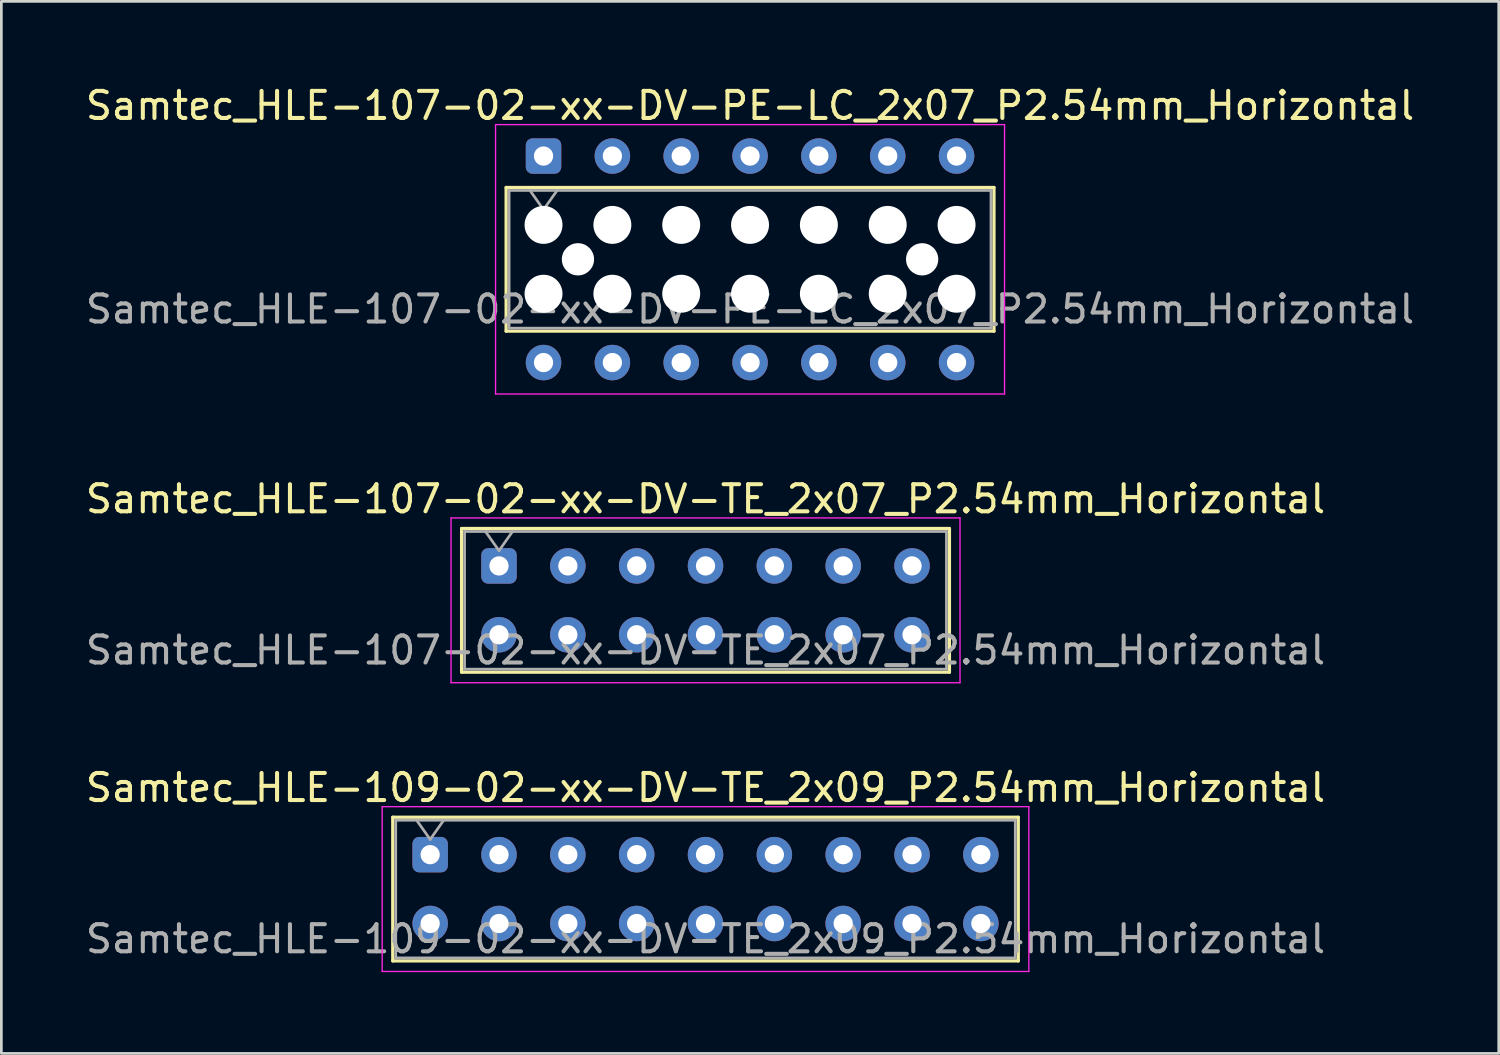
<source format=kicad_pcb>
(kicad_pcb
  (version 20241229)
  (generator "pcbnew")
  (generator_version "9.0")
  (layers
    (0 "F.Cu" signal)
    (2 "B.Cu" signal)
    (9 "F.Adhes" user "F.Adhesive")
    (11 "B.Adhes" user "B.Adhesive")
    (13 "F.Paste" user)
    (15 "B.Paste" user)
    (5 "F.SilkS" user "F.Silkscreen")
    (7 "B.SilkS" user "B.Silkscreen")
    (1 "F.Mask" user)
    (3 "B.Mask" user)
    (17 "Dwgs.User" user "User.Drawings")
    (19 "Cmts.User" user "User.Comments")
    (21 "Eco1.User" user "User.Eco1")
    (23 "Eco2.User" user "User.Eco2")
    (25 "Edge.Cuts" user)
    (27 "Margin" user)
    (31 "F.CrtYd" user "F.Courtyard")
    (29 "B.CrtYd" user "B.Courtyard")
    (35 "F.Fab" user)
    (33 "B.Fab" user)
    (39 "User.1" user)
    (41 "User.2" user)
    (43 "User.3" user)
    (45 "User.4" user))
  (footprint "Samtec_HLE-107-02-xx-DV-TE_2x07_P2.54mm_Horizontal"
    (layer "F.Cu")
    (at 15.362 17.831)
    (property "Reference" "Samtec_HLE-107-02-xx-DV-TE_2x07_P2.54mm_Horizontal" (at 7.62 -2.47 0) (layer "F.SilkS") (effects (font (size 1 1) (thickness 0.15))))
    (attr through_hole)
    (fp_line (start -1.38 -1.38) (end 16.62 -1.38) (stroke (width 0.12) (type solid)) (layer "F.SilkS"))
    (fp_line (start -1.38 3.92) (end -1.38 -1.38) (stroke (width 0.12) (type solid)) (layer "F.SilkS"))
    (fp_line (start 16.62 -1.38) (end 16.62 3.92) (stroke (width 0.12) (type solid)) (layer "F.SilkS"))
    (fp_line (start 16.62 3.92) (end -1.38 3.92) (stroke (width 0.12) (type solid)) (layer "F.SilkS"))
    (fp_line (start -1.77 -1.77) (end 17.01 -1.77) (stroke (width 0.05) (type solid)) (layer "F.CrtYd"))
    (fp_line (start -1.77 4.31) (end -1.77 -1.77) (stroke (width 0.05) (type solid)) (layer "F.CrtYd"))
    (fp_line (start 17.01 -1.77) (end 17.01 4.31) (stroke (width 0.05) (type solid)) (layer "F.CrtYd"))
    (fp_line (start 17.01 4.31) (end -1.77 4.31) (stroke (width 0.05) (type solid)) (layer "F.CrtYd"))
    (fp_line (start -1.27 -1.27) (end 16.51 -1.27) (stroke (width 0.1) (type solid)) (layer "F.Fab"))
    (fp_line (start -1.27 3.81) (end -1.27 -1.27) (stroke (width 0.1) (type solid)) (layer "F.Fab"))
    (fp_line (start -0.5 -1.27) (end 0 -0.563) (stroke (width 0.1) (type solid)) (layer "F.Fab"))
    (fp_line (start 0 -0.563) (end 0.5 -1.27) (stroke (width 0.1) (type solid)) (layer "F.Fab"))
    (fp_line (start 16.51 -1.27) (end 16.51 3.81) (stroke (width 0.1) (type solid)) (layer "F.Fab"))
    (fp_line (start 16.51 3.81) (end -1.27 3.81) (stroke (width 0.1) (type solid)) (layer "F.Fab"))
    (fp_text user "${REFERENCE}" (at 7.62 3.11 0) (layer "F.Fab") (effects (font (size 1 1) (thickness 0.15))))
    (pad "1" thru_hole roundrect (at 0 0) (size 1.31 1.31) (drill 0.71) (layers "*.Cu" "*.Mask") (roundrect_rratio 0.191))
    (pad "2" thru_hole circle (at 0 2.54) (size 1.31 1.31) (drill 0.71) (layers "*.Cu" "*.Mask"))
    (pad "3" thru_hole circle (at 2.54 0) (size 1.31 1.31) (drill 0.71) (layers "*.Cu" "*.Mask"))
    (pad "4" thru_hole circle (at 2.54 2.54) (size 1.31 1.31) (drill 0.71) (layers "*.Cu" "*.Mask"))
    (pad "5" thru_hole circle (at 5.08 0) (size 1.31 1.31) (drill 0.71) (layers "*.Cu" "*.Mask"))
    (pad "6" thru_hole circle (at 5.08 2.54) (size 1.31 1.31) (drill 0.71) (layers "*.Cu" "*.Mask"))
    (pad "7" thru_hole circle (at 7.62 0) (size 1.31 1.31) (drill 0.71) (layers "*.Cu" "*.Mask"))
    (pad "8" thru_hole circle (at 7.62 2.54) (size 1.31 1.31) (drill 0.71) (layers "*.Cu" "*.Mask"))
    (pad "9" thru_hole circle (at 10.16 0) (size 1.31 1.31) (drill 0.71) (layers "*.Cu" "*.Mask"))
    (pad "10" thru_hole circle (at 10.16 2.54) (size 1.31 1.31) (drill 0.71) (layers "*.Cu" "*.Mask"))
    (pad "11" thru_hole circle (at 12.7 0) (size 1.31 1.31) (drill 0.71) (layers "*.Cu" "*.Mask"))
    (pad "12" thru_hole circle (at 12.7 2.54) (size 1.31 1.31) (drill 0.71) (layers "*.Cu" "*.Mask"))
    (pad "13" thru_hole circle (at 15.24 0) (size 1.31 1.31) (drill 0.71) (layers "*.Cu" "*.Mask"))
    (pad "14" thru_hole circle (at 15.24 2.54) (size 1.31 1.31) (drill 0.71) (layers "*.Cu" "*.Mask")))
  (footprint "Samtec_HLE-109-02-xx-DV-TE_2x09_P2.54mm_Horizontal"
    (layer "F.Cu")
    (at 12.822 28.485)
    (property "Reference" "Samtec_HLE-109-02-xx-DV-TE_2x09_P2.54mm_Horizontal" (at 10.16 -2.47 0) (layer "F.SilkS") (effects (font (size 1 1) (thickness 0.15))))
    (attr through_hole)
    (fp_line (start -1.38 -1.38) (end 21.7 -1.38) (stroke (width 0.12) (type solid)) (layer "F.SilkS"))
    (fp_line (start -1.38 3.92) (end -1.38 -1.38) (stroke (width 0.12) (type solid)) (layer "F.SilkS"))
    (fp_line (start 21.7 -1.38) (end 21.7 3.92) (stroke (width 0.12) (type solid)) (layer "F.SilkS"))
    (fp_line (start 21.7 3.92) (end -1.38 3.92) (stroke (width 0.12) (type solid)) (layer "F.SilkS"))
    (fp_line (start -1.77 -1.77) (end 22.09 -1.77) (stroke (width 0.05) (type solid)) (layer "F.CrtYd"))
    (fp_line (start -1.77 4.31) (end -1.77 -1.77) (stroke (width 0.05) (type solid)) (layer "F.CrtYd"))
    (fp_line (start 22.09 -1.77) (end 22.09 4.31) (stroke (width 0.05) (type solid)) (layer "F.CrtYd"))
    (fp_line (start 22.09 4.31) (end -1.77 4.31) (stroke (width 0.05) (type solid)) (layer "F.CrtYd"))
    (fp_line (start -1.27 -1.27) (end 21.59 -1.27) (stroke (width 0.1) (type solid)) (layer "F.Fab"))
    (fp_line (start -1.27 3.81) (end -1.27 -1.27) (stroke (width 0.1) (type solid)) (layer "F.Fab"))
    (fp_line (start -0.5 -1.27) (end 0 -0.563) (stroke (width 0.1) (type solid)) (layer "F.Fab"))
    (fp_line (start 0 -0.563) (end 0.5 -1.27) (stroke (width 0.1) (type solid)) (layer "F.Fab"))
    (fp_line (start 21.59 -1.27) (end 21.59 3.81) (stroke (width 0.1) (type solid)) (layer "F.Fab"))
    (fp_line (start 21.59 3.81) (end -1.27 3.81) (stroke (width 0.1) (type solid)) (layer "F.Fab"))
    (fp_text user "${REFERENCE}" (at 10.16 3.11 0) (layer "F.Fab") (effects (font (size 1 1) (thickness 0.15))))
    (pad "1" thru_hole roundrect (at 0 0) (size 1.31 1.31) (drill 0.71) (layers "*.Cu" "*.Mask") (roundrect_rratio 0.191))
    (pad "2" thru_hole circle (at 0 2.54) (size 1.31 1.31) (drill 0.71) (layers "*.Cu" "*.Mask"))
    (pad "3" thru_hole circle (at 2.54 0) (size 1.31 1.31) (drill 0.71) (layers "*.Cu" "*.Mask"))
    (pad "4" thru_hole circle (at 2.54 2.54) (size 1.31 1.31) (drill 0.71) (layers "*.Cu" "*.Mask"))
    (pad "5" thru_hole circle (at 5.08 0) (size 1.31 1.31) (drill 0.71) (layers "*.Cu" "*.Mask"))
    (pad "6" thru_hole circle (at 5.08 2.54) (size 1.31 1.31) (drill 0.71) (layers "*.Cu" "*.Mask"))
    (pad "7" thru_hole circle (at 7.62 0) (size 1.31 1.31) (drill 0.71) (layers "*.Cu" "*.Mask"))
    (pad "8" thru_hole circle (at 7.62 2.54) (size 1.31 1.31) (drill 0.71) (layers "*.Cu" "*.Mask"))
    (pad "9" thru_hole circle (at 10.16 0) (size 1.31 1.31) (drill 0.71) (layers "*.Cu" "*.Mask"))
    (pad "10" thru_hole circle (at 10.16 2.54) (size 1.31 1.31) (drill 0.71) (layers "*.Cu" "*.Mask"))
    (pad "11" thru_hole circle (at 12.7 0) (size 1.31 1.31) (drill 0.71) (layers "*.Cu" "*.Mask"))
    (pad "12" thru_hole circle (at 12.7 2.54) (size 1.31 1.31) (drill 0.71) (layers "*.Cu" "*.Mask"))
    (pad "13" thru_hole circle (at 15.24 0) (size 1.31 1.31) (drill 0.71) (layers "*.Cu" "*.Mask"))
    (pad "14" thru_hole circle (at 15.24 2.54) (size 1.31 1.31) (drill 0.71) (layers "*.Cu" "*.Mask"))
    (pad "15" thru_hole circle (at 17.78 0) (size 1.31 1.31) (drill 0.71) (layers "*.Cu" "*.Mask"))
    (pad "16" thru_hole circle (at 17.78 2.54) (size 1.31 1.31) (drill 0.71) (layers "*.Cu" "*.Mask"))
    (pad "17" thru_hole circle (at 20.32 0) (size 1.31 1.31) (drill 0.71) (layers "*.Cu" "*.Mask"))
    (pad "18" thru_hole circle (at 20.32 2.54) (size 1.31 1.31) (drill 0.71) (layers "*.Cu" "*.Mask")))
  (footprint "Samtec_HLE-107-02-xx-DV-PE-LC_2x07_P2.54mm_Horizontal"
    (layer "F.Cu")
    (at 17.005 2.708)
    (property "Reference" "Samtec_HLE-107-02-xx-DV-PE-LC_2x07_P2.54mm_Horizontal" (at 7.62 -1.86 0) (layer "F.SilkS") (effects (font (size 1 1) (thickness 0.15))))
    (attr through_hole)
    (fp_line (start -1.38 1.16) (end 16.62 1.16) (stroke (width 0.12) (type solid)) (layer "F.SilkS"))
    (fp_line (start -1.38 6.46) (end -1.38 1.16) (stroke (width 0.12) (type solid)) (layer "F.SilkS"))
    (fp_line (start 16.62 1.16) (end 16.62 6.46) (stroke (width 0.12) (type solid)) (layer "F.SilkS"))
    (fp_line (start 16.62 6.46) (end -1.38 6.46) (stroke (width 0.12) (type solid)) (layer "F.SilkS"))
    (fp_line (start -1.77 -1.16) (end 17.01 -1.16) (stroke (width 0.05) (type solid)) (layer "F.CrtYd"))
    (fp_line (start -1.77 8.78) (end -1.77 -1.16) (stroke (width 0.05) (type solid)) (layer "F.CrtYd"))
    (fp_line (start 17.01 -1.16) (end 17.01 8.78) (stroke (width 0.05) (type solid)) (layer "F.CrtYd"))
    (fp_line (start 17.01 8.78) (end -1.77 8.78) (stroke (width 0.05) (type solid)) (layer "F.CrtYd"))
    (fp_line (start -1.27 1.27) (end 16.51 1.27) (stroke (width 0.1) (type solid)) (layer "F.Fab"))
    (fp_line (start -1.27 6.35) (end -1.27 1.27) (stroke (width 0.1) (type solid)) (layer "F.Fab"))
    (fp_line (start -0.5 1.27) (end 0 1.977) (stroke (width 0.1) (type solid)) (layer "F.Fab"))
    (fp_line (start 0 1.977) (end 0.5 1.27) (stroke (width 0.1) (type solid)) (layer "F.Fab"))
    (fp_line (start 16.51 1.27) (end 16.51 6.35) (stroke (width 0.1) (type solid)) (layer "F.Fab"))
    (fp_line (start 16.51 6.35) (end -1.27 6.35) (stroke (width 0.1) (type solid)) (layer "F.Fab"))
    (fp_text user "${REFERENCE}" (at 7.62 5.65 0) (layer "F.Fab") (effects (font (size 1 1) (thickness 0.15))))
    (pad "" np_thru_hole circle (at 0 2.54) (size 1.4 1.4) (drill 1.4) (layers "*.Cu" "*.Mask"))
    (pad "" np_thru_hole circle (at 0 5.08) (size 1.4 1.4) (drill 1.4) (layers "*.Cu" "*.Mask"))
    (pad "" np_thru_hole circle (at 1.27 3.81) (size 1.19 1.19) (drill 1.19) (layers "*.Cu" "*.Mask"))
    (pad "" np_thru_hole circle (at 2.54 2.54) (size 1.4 1.4) (drill 1.4) (layers "*.Cu" "*.Mask"))
    (pad "" np_thru_hole circle (at 2.54 5.08) (size 1.4 1.4) (drill 1.4) (layers "*.Cu" "*.Mask"))
    (pad "" np_thru_hole circle (at 5.08 2.54) (size 1.4 1.4) (drill 1.4) (layers "*.Cu" "*.Mask"))
    (pad "" np_thru_hole circle (at 5.08 5.08) (size 1.4 1.4) (drill 1.4) (layers "*.Cu" "*.Mask"))
    (pad "" np_thru_hole circle (at 7.62 2.54) (size 1.4 1.4) (drill 1.4) (layers "*.Cu" "*.Mask"))
    (pad "" np_thru_hole circle (at 7.62 5.08) (size 1.4 1.4) (drill 1.4) (layers "*.Cu" "*.Mask"))
    (pad "" np_thru_hole circle (at 10.16 2.54) (size 1.4 1.4) (drill 1.4) (layers "*.Cu" "*.Mask"))
    (pad "" np_thru_hole circle (at 10.16 5.08) (size 1.4 1.4) (drill 1.4) (layers "*.Cu" "*.Mask"))
    (pad "" np_thru_hole circle (at 12.7 2.54) (size 1.4 1.4) (drill 1.4) (layers "*.Cu" "*.Mask"))
    (pad "" np_thru_hole circle (at 12.7 5.08) (size 1.4 1.4) (drill 1.4) (layers "*.Cu" "*.Mask"))
    (pad "" np_thru_hole circle (at 13.97 3.81) (size 1.19 1.19) (drill 1.19) (layers "*.Cu" "*.Mask"))
    (pad "" np_thru_hole circle (at 15.24 2.54) (size 1.4 1.4) (drill 1.4) (layers "*.Cu" "*.Mask"))
    (pad "" np_thru_hole circle (at 15.24 5.08) (size 1.4 1.4) (drill 1.4) (layers "*.Cu" "*.Mask"))
    (pad "1" thru_hole roundrect (at 0 0) (size 1.31 1.31) (drill 0.71) (layers "*.Cu" "*.Mask") (roundrect_rratio 0.191))
    (pad "2" thru_hole circle (at 0 7.62) (size 1.31 1.31) (drill 0.71) (layers "*.Cu" "*.Mask"))
    (pad "3" thru_hole circle (at 2.54 0) (size 1.31 1.31) (drill 0.71) (layers "*.Cu" "*.Mask"))
    (pad "4" thru_hole circle (at 2.54 7.62) (size 1.31 1.31) (drill 0.71) (layers "*.Cu" "*.Mask"))
    (pad "5" thru_hole circle (at 5.08 0) (size 1.31 1.31) (drill 0.71) (layers "*.Cu" "*.Mask"))
    (pad "6" thru_hole circle (at 5.08 7.62) (size 1.31 1.31) (drill 0.71) (layers "*.Cu" "*.Mask"))
    (pad "7" thru_hole circle (at 7.62 0) (size 1.31 1.31) (drill 0.71) (layers "*.Cu" "*.Mask"))
    (pad "8" thru_hole circle (at 7.62 7.62) (size 1.31 1.31) (drill 0.71) (layers "*.Cu" "*.Mask"))
    (pad "9" thru_hole circle (at 10.16 0) (size 1.31 1.31) (drill 0.71) (layers "*.Cu" "*.Mask"))
    (pad "10" thru_hole circle (at 10.16 7.62) (size 1.31 1.31) (drill 0.71) (layers "*.Cu" "*.Mask"))
    (pad "11" thru_hole circle (at 12.7 0) (size 1.31 1.31) (drill 0.71) (layers "*.Cu" "*.Mask"))
    (pad "12" thru_hole circle (at 12.7 7.62) (size 1.31 1.31) (drill 0.71) (layers "*.Cu" "*.Mask"))
    (pad "13" thru_hole circle (at 15.24 0) (size 1.31 1.31) (drill 0.71) (layers "*.Cu" "*.Mask"))
    (pad "14" thru_hole circle (at 15.24 7.62) (size 1.31 1.31) (drill 0.71) (layers "*.Cu" "*.Mask")))
  (gr_rect
    (start -3 -3)
    (end 52.25 35.82)
    (stroke (width 0.1) (type default))
    (fill no)
    (layer "Edge.Cuts")))
</source>
